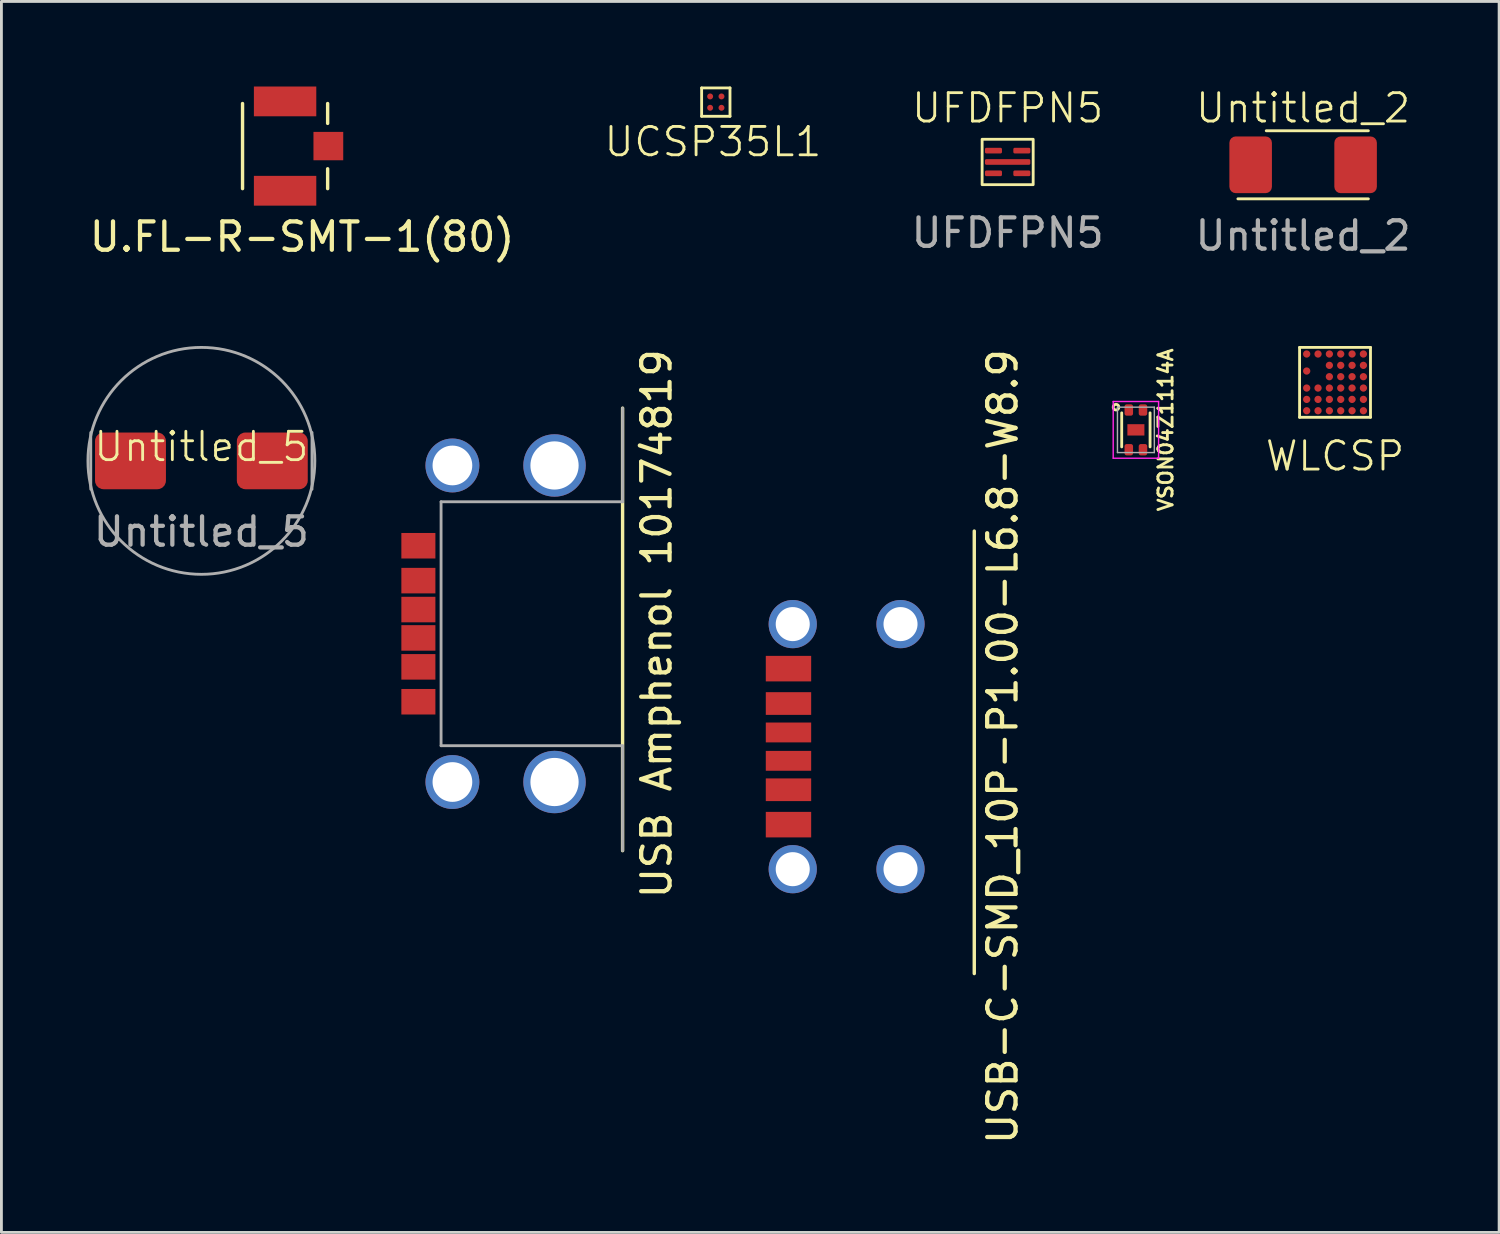
<source format=kicad_pcb>
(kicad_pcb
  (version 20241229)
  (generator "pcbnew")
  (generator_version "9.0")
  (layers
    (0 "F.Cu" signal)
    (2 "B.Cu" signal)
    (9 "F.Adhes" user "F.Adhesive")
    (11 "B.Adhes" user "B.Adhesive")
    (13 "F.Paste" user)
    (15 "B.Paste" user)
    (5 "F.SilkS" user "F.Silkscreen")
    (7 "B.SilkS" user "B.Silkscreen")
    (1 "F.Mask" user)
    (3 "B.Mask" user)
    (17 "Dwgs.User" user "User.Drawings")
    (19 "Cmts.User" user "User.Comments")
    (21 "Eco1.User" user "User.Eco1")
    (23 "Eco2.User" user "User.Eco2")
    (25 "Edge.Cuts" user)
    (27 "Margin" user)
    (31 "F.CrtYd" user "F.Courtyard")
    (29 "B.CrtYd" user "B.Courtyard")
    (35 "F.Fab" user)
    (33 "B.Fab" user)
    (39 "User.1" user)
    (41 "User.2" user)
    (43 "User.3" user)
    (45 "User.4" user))
  (footprint "USB-C-SMD_10P-P1.00-L6.8-W8.9"
    (layer "F.Cu")
    (at 26.798 23.273)
    (property "Reference" "USB-C-SMD_10P-P1.00-L6.8-W8.9" (at 5.5 0 90) (layer "F.SilkS") (effects (font (size 1 1) (thickness 0.15))))
    (attr smd)
    (fp_line (start 4.5 8) (end 4.5 -7.6) (stroke (width 0.12) (type solid)) (layer "F.SilkS"))
    (pad "A5" smd rect (at -2.05 0.5 90) (size 0.7 1.6) (layers "F.Cu" "F.Mask" "F.Paste"))
    (pad "A9" smd rect (at -2.05 -1.52 90) (size 0.8 1.6) (layers "F.Cu" "F.Mask" "F.Paste"))
    (pad "A12" smd rect (at -2.05 -2.75 90) (size 0.9 1.6) (layers "F.Cu" "F.Mask" "F.Paste"))
    (pad "B5" smd rect (at -2.05 -0.5 90) (size 0.7 1.6) (layers "F.Cu" "F.Mask" "F.Paste"))
    (pad "B9" smd rect (at -2.05 1.52 90) (size 0.8 1.6) (layers "F.Cu" "F.Mask" "F.Paste"))
    (pad "B12" smd rect (at -2.05 2.75 90) (size 0.9 1.6) (layers "F.Cu" "F.Mask" "F.Paste"))
    (pad "S1" thru_hole circle (at -1.9 -4.32) (size 1.7 1.7) (drill 1.2) (layers "*.Cu" "*.Mask"))
    (pad "S1" thru_hole circle (at -1.9 4.32) (size 1.7 1.7) (drill 1.2) (layers "*.Cu" "*.Mask"))
    (pad "S1" thru_hole circle (at 1.9 -4.32) (size 1.7 1.7) (drill 1.2) (layers "*.Cu" "*.Mask"))
    (pad "S1" thru_hole circle (at 1.9 4.32) (size 1.7 1.7) (drill 1.2) (layers "*.Cu" "*.Mask")))
  (footprint "USB Amphenol 10174819"
    (layer "F.Cu")
    (at 14.6 18.94)
    (property "Reference" "USB Amphenol 10174819" (at 5.5 0 90) (layer "F.SilkS") (effects (font (size 1 1) (thickness 0.15))))
    (attr smd)
    (fp_line (start 4.3 8) (end 4.3 -7.6) (stroke (width 0.12) (type solid)) (layer "F.SilkS"))
    (fp_line (start -2.1 -4.3) (end 4.3 -4.3) (stroke (width 0.1) (type default)) (layer "F.Fab"))
    (fp_line (start -2.1 4.3) (end -2.1 -4.3) (stroke (width 0.1) (type default)) (layer "F.Fab"))
    (fp_line (start 4.3 -4.3) (end 4.3 -7.6) (stroke (width 0.1) (type default)) (layer "F.Fab"))
    (fp_line (start 4.3 4.3) (end -2.1 4.3) (stroke (width 0.1) (type default)) (layer "F.Fab"))
    (fp_line (start 4.3 8) (end 4.3 4.3) (stroke (width 0.1) (type default)) (layer "F.Fab"))
    (pad "A5" smd rect (at -2.9 0.5 90) (size 0.9 1.2) (layers "F.Cu" "F.Mask" "F.Paste"))
    (pad "A9" smd rect (at -2.9 -1.52 90) (size 0.9 1.2) (layers "F.Cu" "F.Mask" "F.Paste"))
    (pad "A12" smd rect (at -2.9 -2.75 90) (size 0.9 1.2) (layers "F.Cu" "F.Mask" "F.Paste"))
    (pad "B5" smd rect (at -2.9 -0.5 90) (size 0.9 1.2) (layers "F.Cu" "F.Mask" "F.Paste"))
    (pad "B9" smd rect (at -2.9 1.52 90) (size 0.9 1.2) (layers "F.Cu" "F.Mask" "F.Paste"))
    (pad "B12" smd rect (at -2.9 2.75 90) (size 0.9 1.2) (layers "F.Cu" "F.Mask" "F.Paste"))
    (pad "S1" thru_hole circle (at -1.7 -5.58) (size 1.9 1.9) (drill 1.4) (layers "*.Cu" "*.Mask"))
    (pad "S1" thru_hole circle (at -1.7 5.58) (size 1.9 1.9) (drill 1.4) (layers "*.Cu" "*.Mask"))
    (pad "S1" thru_hole circle (at 1.9 -5.58) (size 2.2 2.2) (drill 1.7) (layers "*.Cu" "*.Mask"))
    (pad "S1" thru_hole circle (at 1.9 5.58) (size 2.2 2.2) (drill 1.7) (layers "*.Cu" "*.Mask")))
  (footprint "UCSP35L1"
    (layer "F.Cu")
    (at 21.986 0.35)
    (property "Reference" "UCSP35L1" (at 0.1 1.6 0) (layer "F.SilkS") (effects (font (size 1 1) (thickness 0.1))))
    (attr through_hole)
    (fp_line (start -0.3 -0.3) (end -0.3 0.7) (stroke (width 0.1) (type solid)) (layer "F.SilkS"))
    (fp_line (start -0.3 -0.3) (end 0.7 -0.3) (stroke (width 0.1) (type solid)) (layer "F.SilkS"))
    (fp_line (start 0.7 -0.3) (end 0.7 0.7) (stroke (width 0.1) (type solid)) (layer "F.SilkS"))
    (fp_line (start 0.7 0.7) (end -0.3 0.7) (stroke (width 0.1) (type solid)) (layer "F.SilkS"))
    (pad "A1" smd circle (at 0 0) (size 0.21 0.21) (layers "F.Cu" "F.Mask" "F.Paste"))
    (pad "A2" smd circle (at 0.4 0) (size 0.21 0.21) (layers "F.Cu" "F.Mask" "F.Paste"))
    (pad "B1" smd circle (at 0 0.4) (size 0.21 0.21) (layers "F.Cu" "F.Mask" "F.Paste"))
    (pad "B2" smd circle (at 0.4 0.4) (size 0.21 0.21) (layers "F.Cu" "F.Mask" "F.Paste")))
  (footprint "Untitled_2"
    (layer "F.Cu")
    (at 42.892 2.76)
    (property "Reference" "Untitled_2" (at 0 -2 0) (unlocked yes) (layer "F.SilkS") (effects (font (size 1 1) (thickness 0.1))))
    (attr smd)
    (fp_line (start -2.3 1.2) (end 2.3 1.2) (stroke (width 0.1) (type default)) (layer "F.SilkS"))
    (fp_line (start 2.3 -1.2) (end -1.3 -1.2) (stroke (width 0.1) (type default)) (layer "F.SilkS"))
    (fp_text user "${REFERENCE}" (at 0 2.5 0) (unlocked yes) (layer "F.Fab") (effects (font (size 1 1) (thickness 0.15))))
    (pad "1" smd roundrect (at -1.85 0) (size 1.5 2) (layers "F.Cu" "F.Mask" "F.Paste") (roundrect_rratio 0.15))
    (pad "2" smd roundrect (at 1.85 0) (size 1.5 2) (layers "F.Cu" "F.Mask" "F.Paste") (roundrect_rratio 0.15)))
  (footprint "VSON04Z1114A"
    (layer "F.Cu")
    (at 36.996 12.105)
    (property "Reference" "VSON04Z1114A" (at 1.05 0 90) (layer "F.SilkS") (effects (font (size 0.5 0.5) (thickness 0.1))))
    (attr smd)
    (fp_line (start -0.5 -0.6) (end -0.5 0.6) (stroke (width 0.1) (type solid)) (layer "F.SilkS"))
    (fp_line (start 0.5 -0.6) (end 0.5 0.6) (stroke (width 0.1) (type solid)) (layer "F.SilkS"))
    (fp_circle (center -0.7 -0.8) (end -0.8 -0.8) (stroke (width 0.1) (type solid)) (fill no) (layer "F.SilkS"))
    (fp_line (start -0.8 -1) (end -0.8 1) (stroke (width 0.05) (type solid)) (layer "F.CrtYd"))
    (fp_line (start -0.8 -1) (end 0.8 -1) (stroke (width 0.05) (type solid)) (layer "F.CrtYd"))
    (fp_line (start -0.8 1) (end 0.8 1) (stroke (width 0.05) (type solid)) (layer "F.CrtYd"))
    (fp_line (start 0.8 1) (end 0.8 -1) (stroke (width 0.05) (type solid)) (layer "F.CrtYd"))
    (fp_line (start -0.65 -0.8) (end -0.65 0.8) (stroke (width 0.05) (type solid)) (layer "F.Fab"))
    (fp_line (start -0.65 0.8) (end 0.65 0.8) (stroke (width 0.05) (type solid)) (layer "F.Fab"))
    (fp_line (start 0.65 -0.8) (end -0.65 -0.8) (stroke (width 0.05) (type solid)) (layer "F.Fab"))
    (fp_line (start 0.65 0.8) (end 0.65 -0.8) (stroke (width 0.05) (type solid)) (layer "F.Fab"))
    (pad "" smd rect (at 0 0) (size 0.6 0.4) (layers "F.Cu" "F.Mask" "F.Paste"))
    (pad "1" smd roundrect (at -0.25 -0.7) (size 0.3 0.4) (layers "F.Cu" "F.Mask" "F.Paste") (roundrect_rratio 0.25))
    (pad "2" smd roundrect (at -0.25 0.7) (size 0.3 0.4) (layers "F.Cu" "F.Mask" "F.Paste") (roundrect_rratio 0.25))
    (pad "3" smd roundrect (at 0.25 0.7) (size 0.3 0.4) (layers "F.Cu" "F.Mask" "F.Paste") (roundrect_rratio 0.25))
    (pad "4" smd roundrect (at 0.25 -0.7) (size 0.3 0.4) (layers "F.Cu" "F.Mask" "F.Paste") (roundrect_rratio 0.25)))
  (footprint "UFDFPN5"
    (layer "F.Cu")
    (at 32.475 2.66)
    (property "Reference" "UFDFPN5" (at 0 -1.9 0) (unlocked yes) (layer "F.SilkS") (effects (font (size 1 1) (thickness 0.1))))
    (attr smd)
    (fp_rect (start -0.9 -0.8) (end 0.9 0.8) (stroke (width 0.1) (type solid)) (fill no) (layer "F.SilkS"))
    (fp_text user "${REFERENCE}" (at 0 2.5 0) (unlocked yes) (layer "F.Fab") (effects (font (size 1 1) (thickness 0.15))))
    (pad "1" smd roundrect (at -0.5 -0.4) (size 0.6 0.2) (layers "F.Cu" "F.Mask") (roundrect_rratio 0.25))
    (pad "2" smd roundrect (at 0 0) (size 1.6 0.2) (layers "F.Cu" "F.Mask") (roundrect_rratio 0.25))
    (pad "3" smd roundrect (at -0.5 0.4) (size 0.6 0.2) (layers "F.Cu" "F.Mask") (roundrect_rratio 0.25))
    (pad "4" smd roundrect (at 0.5 0.4) (size 0.6 0.2) (layers "F.Cu" "F.Mask") (roundrect_rratio 0.25))
    (pad "5" smd roundrect (at 0.5 -0.4) (size 0.6 0.2) (layers "F.Cu" "F.Mask") (roundrect_rratio 0.25)))
  (footprint "U.FL-R-SMT-1(80)"
    (layer "F.Cu")
    (at 8.501 2.1)
    (property "Reference" "U.FL-R-SMT-1(80)" (at -0.9 3.2 0) (layer "F.SilkS") (effects (font (size 1 1) (thickness 0.15))))
    (attr through_hole)
    (fp_line (start -3 -1.5) (end -3 1.5) (stroke (width 0.12) (type solid)) (layer "F.SilkS"))
    (fp_line (start 0 -1.5) (end 0 -0.8) (stroke (width 0.12) (type solid)) (layer "F.SilkS"))
    (fp_line (start 0 1.5) (end 0 0.8) (stroke (width 0.12) (type solid)) (layer "F.SilkS"))
    (pad "1" smd rect (at 0.025 0 90) (size 1 1.05) (layers "F.Cu" "F.Mask" "F.Paste"))
    (pad "2" smd rect (at -1.5 -1.575 90) (size 1.05 2.2) (layers "F.Cu" "F.Mask" "F.Paste"))
    (pad "2" smd rect (at -1.5 1.575 90) (size 1.05 2.2) (layers "F.Cu" "F.Mask" "F.Paste")))
  (footprint "Untitled_5"
    (layer "F.Cu")
    (at 4.05 13.198)
    (property "Reference" "Untitled_5" (at 0 -0.5 0) (unlocked yes) (layer "F.SilkS") (effects (font (size 1 1) (thickness 0.1))))
    (attr smd)
    (fp_line (start -3.9 -1) (end -3.9 1) (stroke (width 0.1) (type default)) (layer "F.Fab"))
    (fp_line (start 3.9 -1) (end 3.9 1) (stroke (width 0.1) (type default)) (layer "F.Fab"))
    (fp_circle (center 0 0) (end 4 0) (stroke (width 0.1) (type default)) (fill no) (layer "F.Fab"))
    (fp_text user "${REFERENCE}" (at 0 2.5 0) (unlocked yes) (layer "F.Fab") (effects (font (size 1 1) (thickness 0.15))))
    (pad "1" smd roundrect (at -2.5 0) (size 2.5 2) (layers "F.Cu" "F.Mask" "F.Paste") (roundrect_rratio 0.15))
    (pad "2" smd roundrect (at 2.5 0) (size 2.5 2) (layers "F.Cu" "F.Mask" "F.Paste") (roundrect_rratio 0.15)))
  (footprint "WLCSP"
    (layer "F.Cu")
    (at 44.017 10.43)
    (property "Reference" "WLCSP" (at 0 2.6 0) (layer "F.SilkS") (effects (font (size 1 1) (thickness 0.1))))
    (attr smd)
    (fp_line (start -1.25 -1.232) (end 1.25 -1.232) (stroke (width 0.1) (type solid)) (layer "F.SilkS"))
    (fp_line (start -1.25 1.232) (end -1.25 -1.232) (stroke (width 0.1) (type solid)) (layer "F.SilkS"))
    (fp_line (start -1.25 1.232) (end 1.25 1.232) (stroke (width 0.1) (type solid)) (layer "F.SilkS"))
    (fp_line (start 1.25 1.232) (end 1.25 -1.232) (stroke (width 0.1) (type solid)) (layer "F.SilkS"))
    (pad "A1" smd circle (at -1 -1) (size 0.257 0.257) (layers "F.Cu" "F.Mask" "F.Paste"))
    (pad "A2" smd circle (at -0.6 -1) (size 0.257 0.257) (layers "F.Cu" "F.Mask" "F.Paste"))
    (pad "A3" smd circle (at -0.2 -1) (size 0.257 0.257) (layers "F.Cu" "F.Mask" "F.Paste"))
    (pad "A4" smd circle (at 0.2 -1) (size 0.257 0.257) (layers "F.Cu" "F.Mask" "F.Paste"))
    (pad "A5" smd circle (at 0.6 -1) (size 0.257 0.257) (layers "F.Cu" "F.Mask" "F.Paste"))
    (pad "A6" smd circle (at 1 -1) (size 0.257 0.257) (layers "F.Cu" "F.Mask" "F.Paste"))
    (pad "B3" smd circle (at -0.2 -0.6) (size 0.257 0.257) (layers "F.Cu" "F.Mask" "F.Paste"))
    (pad "B4" smd circle (at 0.2 -0.6) (size 0.257 0.257) (layers "F.Cu" "F.Mask" "F.Paste"))
    (pad "B5" smd circle (at 0.6 -0.6) (size 0.257 0.257) (layers "F.Cu" "F.Mask" "F.Paste"))
    (pad "B6" smd circle (at 1 -0.6) (size 0.257 0.257) (layers "F.Cu" "F.Mask" "F.Paste"))
    (pad "C1" smd circle (at -1 -0.4) (size 0.257 0.257) (layers "F.Cu" "F.Mask" "F.Paste"))
    (pad "D3" smd circle (at -0.2 -0.2) (size 0.257 0.257) (layers "F.Cu" "F.Mask" "F.Paste"))
    (pad "D4" smd circle (at 0.2 -0.2) (size 0.257 0.257) (layers "F.Cu" "F.Mask" "F.Paste"))
    (pad "D5" smd circle (at 0.6 -0.2) (size 0.257 0.257) (layers "F.Cu" "F.Mask" "F.Paste"))
    (pad "D6" smd circle (at 1 -0.2) (size 0.257 0.257) (layers "F.Cu" "F.Mask" "F.Paste"))
    (pad "E1" smd circle (at -1 0.2) (size 0.257 0.257) (layers "F.Cu" "F.Mask" "F.Paste"))
    (pad "E2" smd circle (at -0.6 0.2) (size 0.257 0.257) (layers "F.Cu" "F.Mask" "F.Paste"))
    (pad "E3" smd circle (at -0.2 0.2) (size 0.257 0.257) (layers "F.Cu" "F.Mask" "F.Paste"))
    (pad "E4" smd circle (at 0.2 0.2) (size 0.257 0.257) (layers "F.Cu" "F.Mask" "F.Paste"))
    (pad "E5" smd circle (at 0.6 0.2) (size 0.257 0.257) (layers "F.Cu" "F.Mask" "F.Paste"))
    (pad "E6" smd circle (at 1 0.2) (size 0.257 0.257) (layers "F.Cu" "F.Mask" "F.Paste"))
    (pad "F1" smd circle (at -1 0.6) (size 0.257 0.257) (layers "F.Cu" "F.Mask" "F.Paste"))
    (pad "F2" smd circle (at -0.6 0.6) (size 0.257 0.257) (layers "F.Cu" "F.Mask" "F.Paste"))
    (pad "F3" smd circle (at -0.2 0.6) (size 0.257 0.257) (layers "F.Cu" "F.Mask" "F.Paste"))
    (pad "F4" smd circle (at 0.2 0.6) (size 0.257 0.257) (layers "F.Cu" "F.Mask" "F.Paste"))
    (pad "F5" smd circle (at 0.6 0.6) (size 0.257 0.257) (layers "F.Cu" "F.Mask" "F.Paste"))
    (pad "F6" smd circle (at 1 0.6) (size 0.257 0.257) (layers "F.Cu" "F.Mask" "F.Paste"))
    (pad "G1" smd circle (at -1 1) (size 0.257 0.257) (layers "F.Cu" "F.Mask" "F.Paste"))
    (pad "G2" smd circle (at -0.6 1) (size 0.257 0.257) (layers "F.Cu" "F.Mask" "F.Paste"))
    (pad "G3" smd circle (at -0.2 1) (size 0.257 0.257) (layers "F.Cu" "F.Mask" "F.Paste"))
    (pad "G4" smd circle (at 0.2 1) (size 0.257 0.257) (layers "F.Cu" "F.Mask" "F.Paste"))
    (pad "G5" smd circle (at 0.6 1) (size 0.257 0.257) (layers "F.Cu" "F.Mask" "F.Paste"))
    (pad "G6" smd circle (at 1 1) (size 0.257 0.257) (layers "F.Cu" "F.Mask" "F.Paste")))
  (gr_rect
    (start -3 -3)
    (end 49.802 40.398)
    (stroke (width 0.1) (type default))
    (fill no)
    (layer "Edge.Cuts")))
</source>
